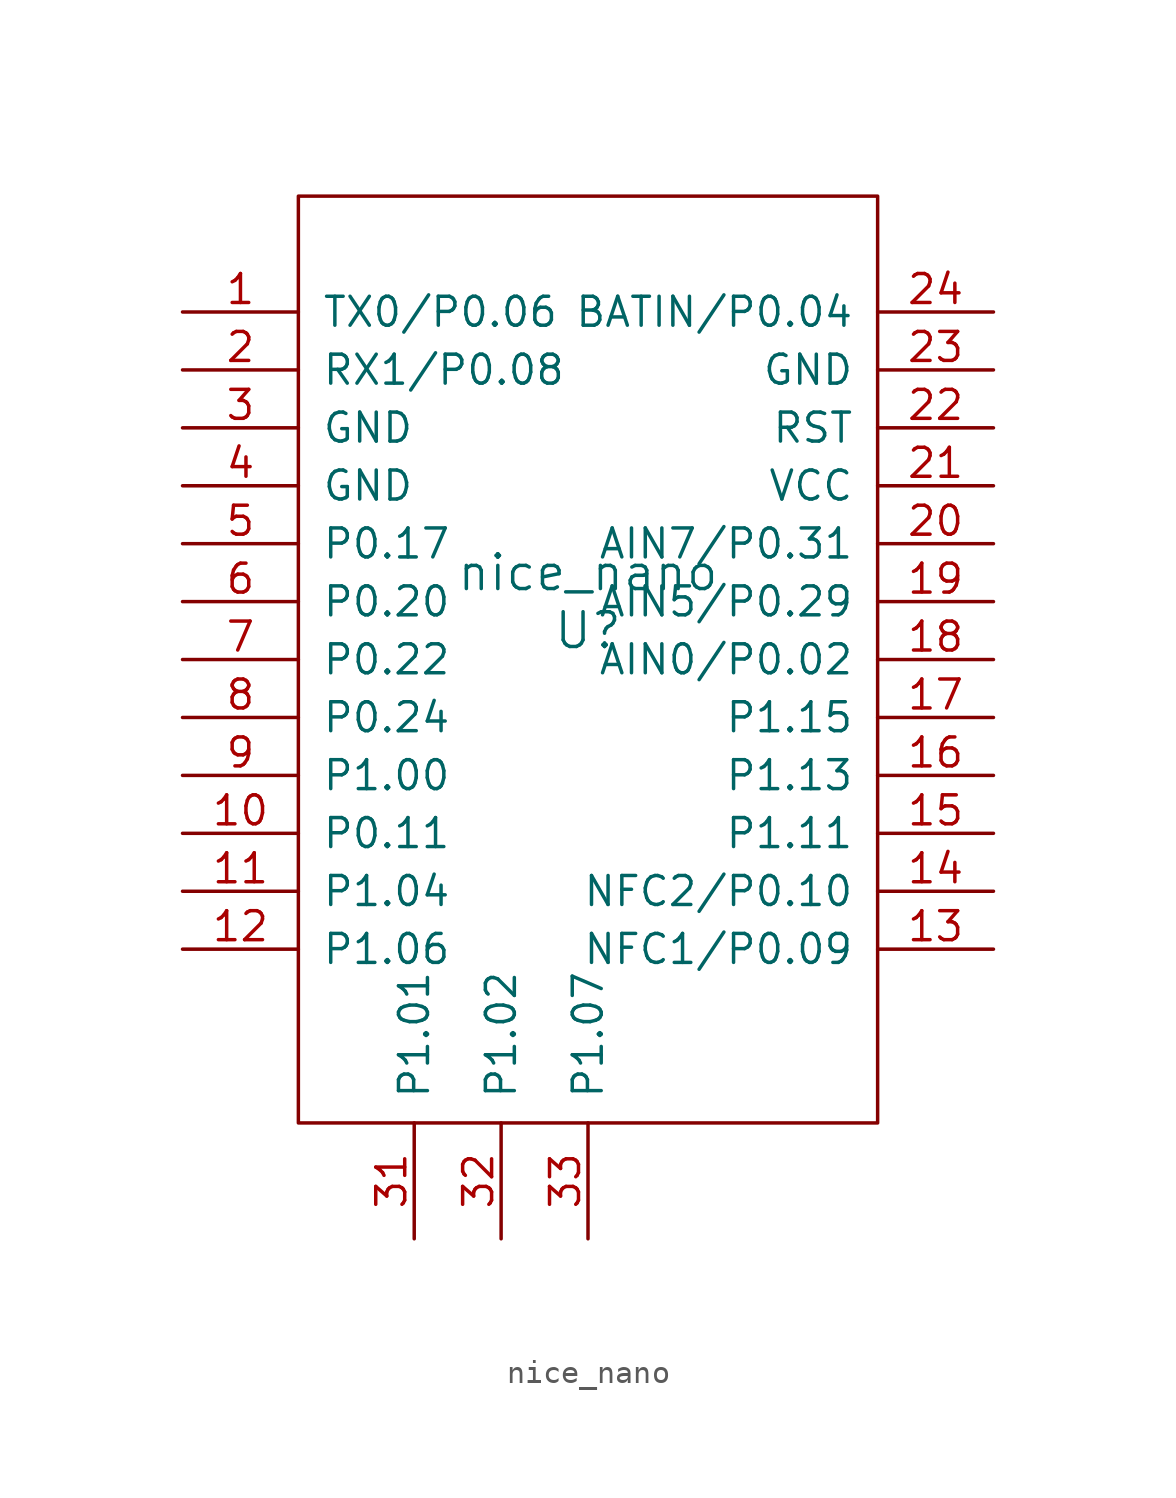
<source format=kicad_sym>
(kicad_symbol_lib
  (version 20231120)
  (generator "kicad_symbol_editor")
  (generator_version "8.0")
  (symbol "nice_nano"
    (pin_names
      (offset 1.016))
    (property "Reference" "U"
      (at 0 0 0)
      (effects (font (size 1.524 1.524))))
    (property "Value" "nice_nano"
      (at 0 2.54 0)
      (effects (font (size 1.524 1.524))))
    (symbol "nice_nano_0_1"
      (rectangle (start -12.7 -21.59) (end 12.7 19.05) (stroke (width 0) (type solid)) (fill (type none))))
    (symbol "nice_nano_1_1"
      (pin input line (at -17.78 13.97 0) (length 5.08) (name "TX0/P0.06" (effects (font (size 1.27 1.27)))) (number "1" (effects (font (size 1.27 1.27)))))
      (pin input line (at -17.78 -8.89 0) (length 5.08) (name "P0.11" (effects (font (size 1.27 1.27)))) (number "10" (effects (font (size 1.27 1.27)))))
      (pin input line (at -17.78 -11.43 0) (length 5.08) (name "P1.04" (effects (font (size 1.27 1.27)))) (number "11" (effects (font (size 1.27 1.27)))))
      (pin input line (at -17.78 -13.97 0) (length 5.08) (name "P1.06" (effects (font (size 1.27 1.27)))) (number "12" (effects (font (size 1.27 1.27)))))
      (pin input line (at 17.78 -13.97 180) (length 5.08) (name "NFC1/P0.09" (effects (font (size 1.27 1.27)))) (number "13" (effects (font (size 1.27 1.27)))))
      (pin input line (at 17.78 -11.43 180) (length 5.08) (name "NFC2/P0.10" (effects (font (size 1.27 1.27)))) (number "14" (effects (font (size 1.27 1.27)))))
      (pin input line (at 17.78 -8.89 180) (length 5.08) (name "P1.11" (effects (font (size 1.27 1.27)))) (number "15" (effects (font (size 1.27 1.27)))))
      (pin input line (at 17.78 -6.35 180) (length 5.08) (name "P1.13" (effects (font (size 1.27 1.27)))) (number "16" (effects (font (size 1.27 1.27)))))
      (pin input line (at 17.78 -3.81 180) (length 5.08) (name "P1.15" (effects (font (size 1.27 1.27)))) (number "17" (effects (font (size 1.27 1.27)))))
      (pin input line (at 17.78 -1.27 180) (length 5.08) (name "AIN0/P0.02" (effects (font (size 1.27 1.27)))) (number "18" (effects (font (size 1.27 1.27)))))
      (pin input line (at 17.78 1.27 180) (length 5.08) (name "AIN5/P0.29" (effects (font (size 1.27 1.27)))) (number "19" (effects (font (size 1.27 1.27)))))
      (pin input line (at -17.78 11.43 0) (length 5.08) (name "RX1/P0.08" (effects (font (size 1.27 1.27)))) (number "2" (effects (font (size 1.27 1.27)))))
      (pin input line (at 17.78 3.81 180) (length 5.08) (name "AIN7/P0.31" (effects (font (size 1.27 1.27)))) (number "20" (effects (font (size 1.27 1.27)))))
      (pin input line (at 17.78 6.35 180) (length 5.08) (name "VCC" (effects (font (size 1.27 1.27)))) (number "21" (effects (font (size 1.27 1.27)))))
      (pin input line (at 17.78 8.89 180) (length 5.08) (name "RST" (effects (font (size 1.27 1.27)))) (number "22" (effects (font (size 1.27 1.27)))))
      (pin input line (at 17.78 11.43 180) (length 5.08) (name "GND" (effects (font (size 1.27 1.27)))) (number "23" (effects (font (size 1.27 1.27)))))
      (pin input line (at 17.78 13.97 180) (length 5.08) (name "BATIN/P0.04" (effects (font (size 1.27 1.27)))) (number "24" (effects (font (size 1.27 1.27)))))
      (pin input line (at -17.78 8.89 0) (length 5.08) (name "GND" (effects (font (size 1.27 1.27)))) (number "3" (effects (font (size 1.27 1.27)))))
      (pin input line (at -7.62 -26.67 90) (length 5.08) (name "P1.01" (effects (font (size 1.27 1.27)))) (number "31" (effects (font (size 1.27 1.27)))))
      (pin input line (at -3.81 -26.67 90) (length 5.08) (name "P1.02" (effects (font (size 1.27 1.27)))) (number "32" (effects (font (size 1.27 1.27)))))
      (pin input line (at 0 -26.67 90) (length 5.08) (name "P1.07" (effects (font (size 1.27 1.27)))) (number "33" (effects (font (size 1.27 1.27)))))
      (pin input line (at -17.78 6.35 0) (length 5.08) (name "GND" (effects (font (size 1.27 1.27)))) (number "4" (effects (font (size 1.27 1.27)))))
      (pin input line (at -17.78 3.81 0) (length 5.08) (name "P0.17" (effects (font (size 1.27 1.27)))) (number "5" (effects (font (size 1.27 1.27)))))
      (pin input line (at -17.78 1.27 0) (length 5.08) (name "P0.20" (effects (font (size 1.27 1.27)))) (number "6" (effects (font (size 1.27 1.27)))))
      (pin input line (at -17.78 -1.27 0) (length 5.08) (name "P0.22" (effects (font (size 1.27 1.27)))) (number "7" (effects (font (size 1.27 1.27)))))
      (pin input line (at -17.78 -3.81 0) (length 5.08) (name "P0.24" (effects (font (size 1.27 1.27)))) (number "8" (effects (font (size 1.27 1.27)))))
      (pin input line (at -17.78 -6.35 0) (length 5.08) (name "P1.00" (effects (font (size 1.27 1.27)))) (number "9" (effects (font (size 1.27 1.27))))))))
</source>
